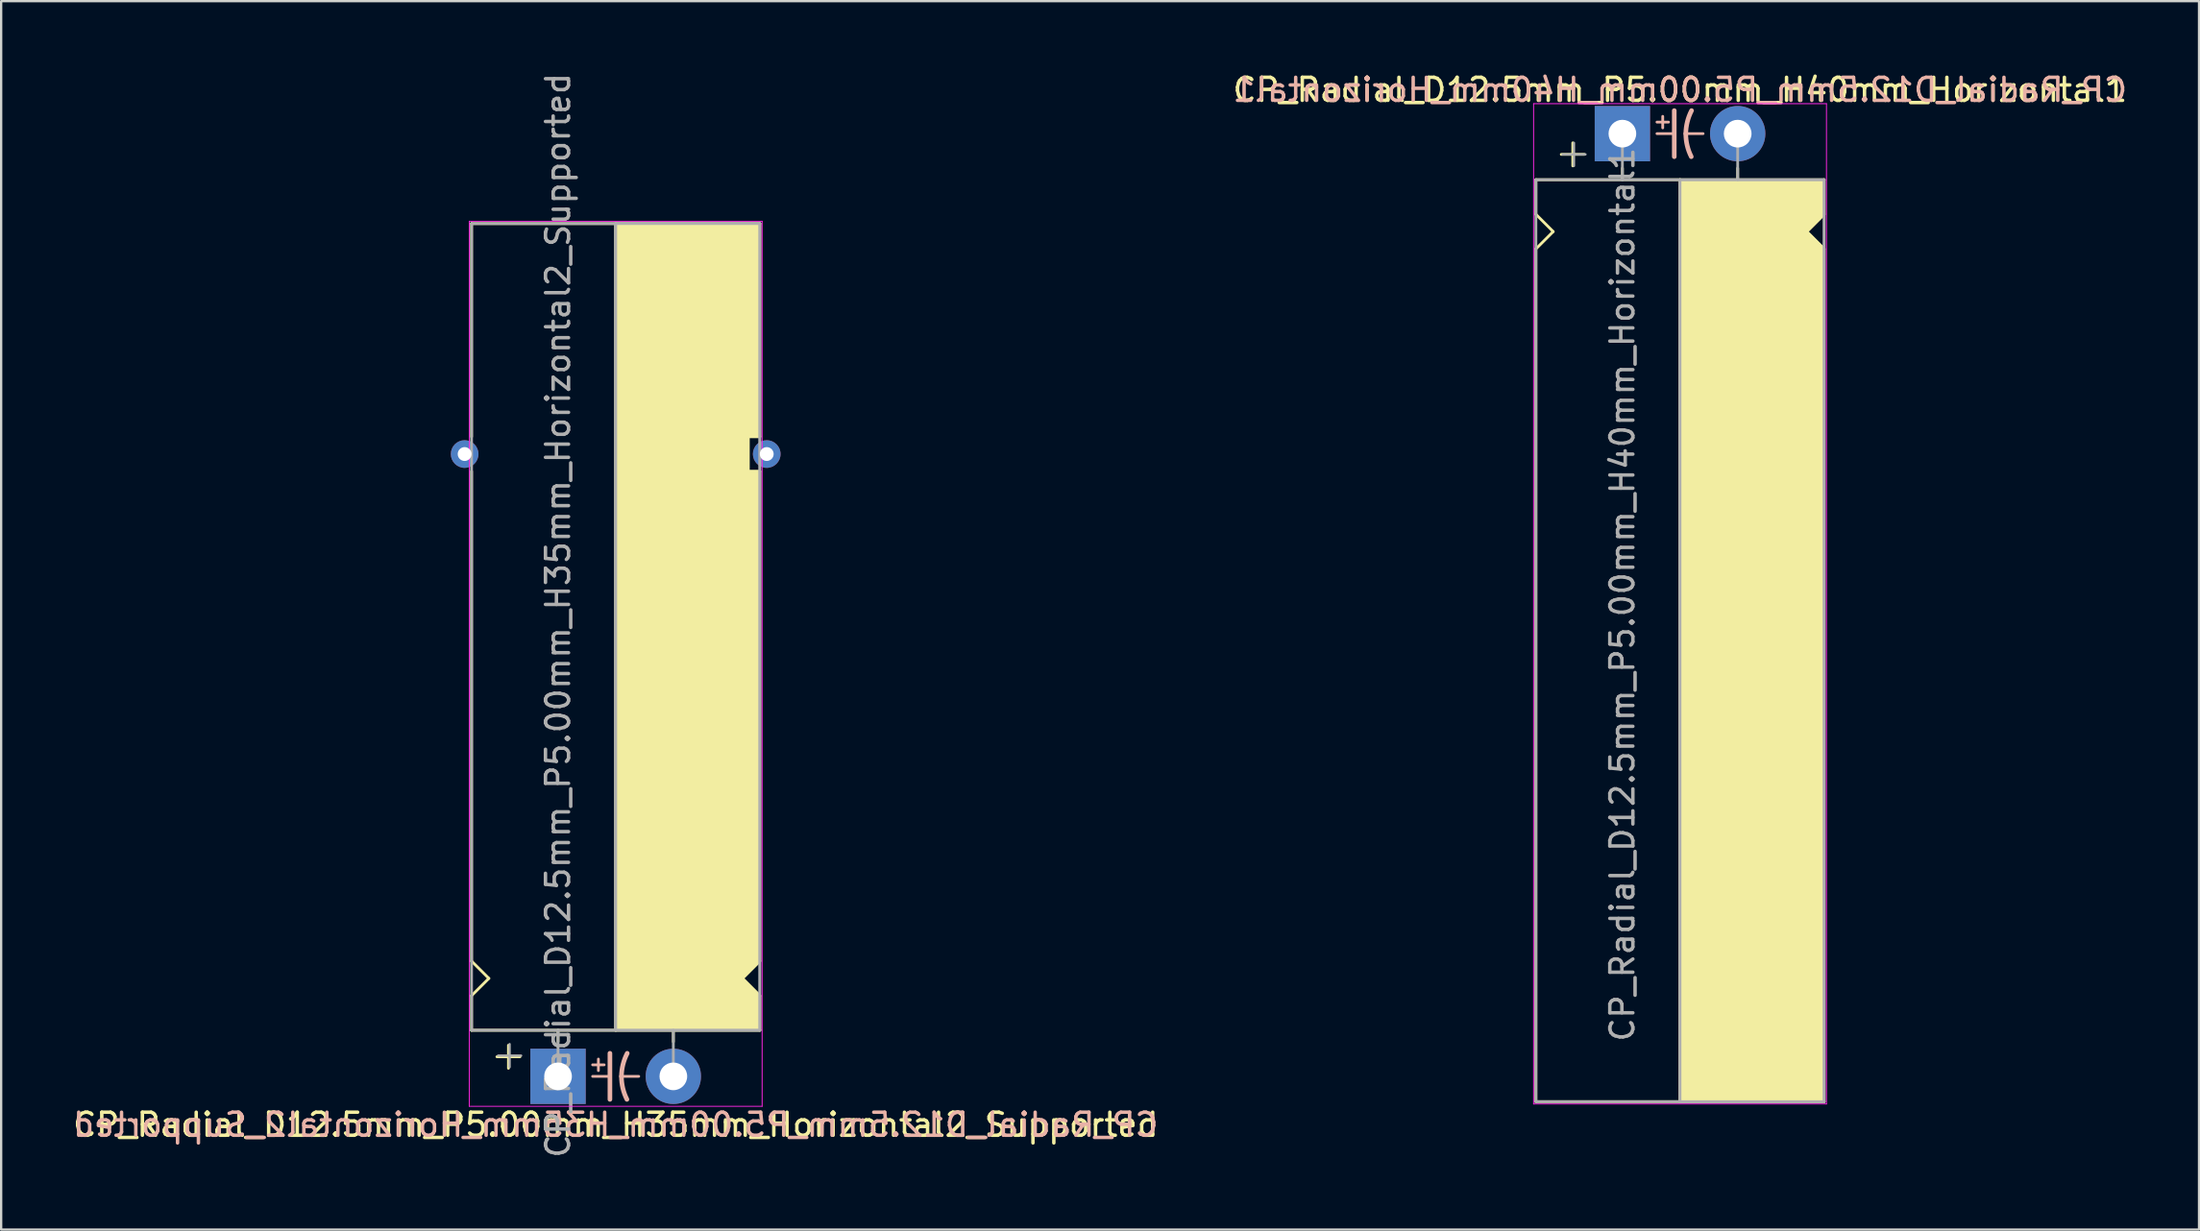
<source format=kicad_pcb>
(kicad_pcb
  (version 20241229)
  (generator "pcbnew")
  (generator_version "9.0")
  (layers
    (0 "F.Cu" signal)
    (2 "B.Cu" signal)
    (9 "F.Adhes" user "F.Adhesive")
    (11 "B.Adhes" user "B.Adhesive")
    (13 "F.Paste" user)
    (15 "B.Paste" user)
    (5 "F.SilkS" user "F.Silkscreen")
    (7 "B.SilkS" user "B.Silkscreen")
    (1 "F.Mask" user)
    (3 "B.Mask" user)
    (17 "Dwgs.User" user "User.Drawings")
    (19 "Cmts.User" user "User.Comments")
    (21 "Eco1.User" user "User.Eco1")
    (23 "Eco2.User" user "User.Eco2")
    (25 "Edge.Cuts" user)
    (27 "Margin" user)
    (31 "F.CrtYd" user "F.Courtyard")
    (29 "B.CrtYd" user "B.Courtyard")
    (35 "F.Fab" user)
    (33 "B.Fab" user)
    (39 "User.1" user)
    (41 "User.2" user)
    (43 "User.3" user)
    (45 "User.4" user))
  (footprint "CP_Radial_D12.5mm_P5.00mm_H35mm_Horizontal2_Supported"
    (layer "F.Cu")
    (at 21.149 43.649)
    (property "Reference" "CP_Radial_D12.5mm_P5.00mm_H35mm_Horizontal2_Supported" (at 2.5 2.1 180) (layer "F.SilkS") (effects (font (size 1 1) (thickness 0.15))))
    (fp_line (start -3.75 -37) (end -3.75 -27.75) (stroke (width 0.12) (type solid)) (layer "F.SilkS"))
    (fp_line (start -3.75 -5) (end -3.75 -26.25) (stroke (width 0.12) (type solid)) (layer "F.SilkS"))
    (fp_line (start -3.75 -3.5) (end -3 -4.25) (stroke (width 0.12) (type solid)) (layer "F.SilkS"))
    (fp_line (start -3.75 -2) (end -3.75 -3.5) (stroke (width 0.12) (type solid)) (layer "F.SilkS"))
    (fp_line (start -3 -4.25) (end -3.75 -5) (stroke (width 0.12) (type solid)) (layer "F.SilkS"))
    (fp_line (start -2.15 -1.35) (end -2.15 -0.35) (stroke (width 0.12) (type solid)) (layer "F.SilkS"))
    (fp_line (start -1.65 -0.85) (end -2.65 -0.85) (stroke (width 0.12) (type solid)) (layer "F.SilkS"))
    (fp_line (start 0 -1.5) (end 0 -2) (stroke (width 0.12) (type solid)) (layer "F.SilkS"))
    (fp_line (start 2.5 -2) (end -3.75 -2) (stroke (width 0.12) (type solid)) (layer "F.SilkS"))
    (fp_line (start 2.5 -2) (end 2.5 -37) (stroke (width 0.12) (type solid)) (layer "F.SilkS"))
    (fp_line (start 2.5 -2) (end 8.75 -2) (stroke (width 0.12) (type solid)) (layer "F.SilkS"))
    (fp_line (start 5 -1.5) (end 5 -2) (stroke (width 0.12) (type solid)) (layer "F.SilkS"))
    (fp_line (start 8 -4.25) (end 8.75 -5) (stroke (width 0.12) (type solid)) (layer "F.SilkS"))
    (fp_line (start 8.25 -27.75) (end 8.25 -26.25) (stroke (width 0.12) (type solid)) (layer "F.SilkS"))
    (fp_line (start 8.25 -26.25) (end 8.75 -26.25) (stroke (width 0.12) (type solid)) (layer "F.SilkS"))
    (fp_line (start 8.75 -37) (end -3.75 -37) (stroke (width 0.12) (type solid)) (layer "F.SilkS"))
    (fp_line (start 8.75 -37) (end 8.75 -27.75) (stroke (width 0.12) (type solid)) (layer "F.SilkS"))
    (fp_line (start 8.75 -27.75) (end 8.25 -27.75) (stroke (width 0.12) (type solid)) (layer "F.SilkS"))
    (fp_line (start 8.75 -5) (end 8.75 -26.25) (stroke (width 0.12) (type solid)) (layer "F.SilkS"))
    (fp_line (start 8.75 -3.5) (end 8 -4.25) (stroke (width 0.12) (type solid)) (layer "F.SilkS"))
    (fp_line (start 8.75 -2) (end 8.75 -3.5) (stroke (width 0.12) (type solid)) (layer "F.SilkS"))
    (fp_poly (pts (xy 8.75 -3.5) (xy 8 -4.25) (xy 8.75 -5) (xy 8.75 -26.25) (xy 8.25 -26.25) (xy 8.25 -27.75) (xy 8.75 -27.75) (xy 8.75 -37) (xy 2.5 -37) (xy 2.5 -2) (xy 8.75 -2)) (stroke (width 0.1) (type solid)) (fill yes) (layer "F.SilkS"))
    (fp_line (start 1.5 -0.5) (end 2 -0.5) (stroke (width 0.12) (type solid)) (layer "B.SilkS"))
    (fp_line (start 1.5 0) (end 2.25 0) (stroke (width 0.12) (type solid)) (layer "B.SilkS"))
    (fp_line (start 1.75 -0.75) (end 1.75 -0.25) (stroke (width 0.12) (type solid)) (layer "B.SilkS"))
    (fp_line (start 2.25 1) (end 2.25 -1) (stroke (width 0.2) (type solid)) (layer "B.SilkS"))
    (fp_line (start 3.5 0) (end 2.75 0) (stroke (width 0.12) (type solid)) (layer "B.SilkS"))
    (fp_arc (start 2.75 0) (mid 2.816707 -0.514573) (end 3 -1) (stroke (width 0.2) (type solid)) (layer "B.SilkS"))
    (fp_arc (start 2.987539 1) (mid 2.810247 0.513901) (end 2.75 0) (stroke (width 0.2) (type solid)) (layer "B.SilkS"))
    (fp_line (start -3.85 -37.1) (end -3.85 1.3) (stroke (width 0.04) (type solid)) (layer "F.CrtYd"))
    (fp_line (start 8.85 -37.1) (end -3.85 -37.1) (stroke (width 0.04) (type solid)) (layer "F.CrtYd"))
    (fp_line (start 8.85 1.3) (end -3.85 1.3) (stroke (width 0.04) (type solid)) (layer "F.CrtYd"))
    (fp_line (start 8.85 1.3) (end 8.85 -37.1) (stroke (width 0.04) (type solid)) (layer "F.CrtYd"))
    (fp_line (start -3.75 -37) (end 8.75 -37) (stroke (width 0.12) (type solid)) (layer "F.Fab"))
    (fp_line (start -3.75 -2) (end -3.75 -37) (stroke (width 0.12) (type solid)) (layer "F.Fab"))
    (fp_line (start -2.6 -0.9) (end -1.6 -0.9) (stroke (width 0.1) (type solid)) (layer "F.Fab"))
    (fp_line (start -2.1 -0.4) (end -2.1 -1.4) (stroke (width 0.1) (type solid)) (layer "F.Fab"))
    (fp_line (start 0 -2) (end -3.75 -2) (stroke (width 0.12) (type solid)) (layer "F.Fab"))
    (fp_line (start 0 0) (end 0 -2) (stroke (width 0.12) (type solid)) (layer "F.Fab"))
    (fp_line (start 2.5 -2) (end 2.5 -37) (stroke (width 0.12) (type solid)) (layer "F.Fab"))
    (fp_line (start 5 -2) (end 5 0) (stroke (width 0.12) (type solid)) (layer "F.Fab"))
    (fp_line (start 8.75 -37) (end 8.75 -2) (stroke (width 0.12) (type solid)) (layer "F.Fab"))
    (fp_line (start 8.75 -2) (end 0 -2) (stroke (width 0.12) (type solid)) (layer "F.Fab"))
    (fp_poly (pts (xy 8.75 -37) (xy 2.5 -37) (xy 2.5 -2) (xy 8.75 -2)) (stroke (width 0.1) (type solid)) (fill no) (layer "F.Fab"))
    (fp_text user "${REFERENCE}" (at 2.5 2.1 0) (layer "B.SilkS") (effects (font (size 1 1) (thickness 0.15)) (justify mirror)))
    (fp_text user "${REFERENCE}" (at 0 -20 90) (layer "F.Fab") (effects (font (size 1 1) (thickness 0.15))))
    (pad "1" thru_hole rect (at 0 0) (size 2.4 2.4) (drill 1.2) (layers "*.Cu" "*.Mask"))
    (pad "2" thru_hole circle (at 5 0) (size 2.4 2.4) (drill 1.2) (layers "*.Cu" "*.Mask"))
    (pad "~" thru_hole circle (at -4.05 -27 180) (size 1.2 1.2) (drill 0.6) (layers "*.Cu" "*.Mask"))
    (pad "~" thru_hole circle (at 9.05 -27 180) (size 1.2 1.2) (drill 0.6) (layers "*.Cu" "*.Mask")))
  (footprint "CP_Radial_D12.5mm_P5.00mm_H40mm_Horizontal1"
    (layer "F.Cu")
    (at 67.304 2.748)
    (property "Reference" "CP_Radial_D12.5mm_P5.00mm_H40mm_Horizontal1" (at 2.5 -1.9 180) (layer "F.SilkS") (effects (font (size 1 1) (thickness 0.15))))
    (fp_line (start -3.75 2) (end -3.75 3.5) (stroke (width 0.12) (type solid)) (layer "F.SilkS"))
    (fp_line (start -3.75 3.5) (end -3 4.25) (stroke (width 0.12) (type solid)) (layer "F.SilkS"))
    (fp_line (start -3.75 5) (end -3.75 42) (stroke (width 0.12) (type solid)) (layer "F.SilkS"))
    (fp_line (start -3 4.25) (end -3.75 5) (stroke (width 0.12) (type solid)) (layer "F.SilkS"))
    (fp_line (start -2.15 0.4) (end -2.15 1.4) (stroke (width 0.12) (type solid)) (layer "F.SilkS"))
    (fp_line (start -1.65 0.9) (end -2.65 0.9) (stroke (width 0.12) (type solid)) (layer "F.SilkS"))
    (fp_line (start 0 1.5) (end 0 2) (stroke (width 0.12) (type solid)) (layer "F.SilkS"))
    (fp_line (start 2.5 2) (end -3.75 2) (stroke (width 0.12) (type solid)) (layer "F.SilkS"))
    (fp_line (start 2.5 2) (end 2.5 42) (stroke (width 0.12) (type solid)) (layer "F.SilkS"))
    (fp_line (start 2.5 2) (end 8.75 2) (stroke (width 0.12) (type solid)) (layer "F.SilkS"))
    (fp_line (start 5 1.5) (end 5 2) (stroke (width 0.12) (type solid)) (layer "F.SilkS"))
    (fp_line (start 8 4.25) (end 8.75 5) (stroke (width 0.12) (type solid)) (layer "F.SilkS"))
    (fp_line (start 8.75 2) (end 8.75 3.5) (stroke (width 0.12) (type solid)) (layer "F.SilkS"))
    (fp_line (start 8.75 3.5) (end 8 4.25) (stroke (width 0.12) (type solid)) (layer "F.SilkS"))
    (fp_line (start 8.75 5) (end 8.75 42) (stroke (width 0.12) (type solid)) (layer "F.SilkS"))
    (fp_line (start 8.75 42) (end -3.75 42) (stroke (width 0.12) (type solid)) (layer "F.SilkS"))
    (fp_poly (pts (xy 8.75 3.5) (xy 8 4.25) (xy 8.75 5) (xy 8.75 42) (xy 2.5 42) (xy 2.5 2) (xy 8.75 2)) (stroke (width 0.1) (type solid)) (fill yes) (layer "F.SilkS"))
    (fp_line (start 1.5 -0.5) (end 2 -0.5) (stroke (width 0.12) (type solid)) (layer "B.SilkS"))
    (fp_line (start 1.5 0) (end 2.25 0) (stroke (width 0.12) (type solid)) (layer "B.SilkS"))
    (fp_line (start 1.75 -0.75) (end 1.75 -0.25) (stroke (width 0.12) (type solid)) (layer "B.SilkS"))
    (fp_line (start 2.25 1) (end 2.25 -1) (stroke (width 0.2) (type solid)) (layer "B.SilkS"))
    (fp_line (start 3.5 0) (end 2.75 0) (stroke (width 0.12) (type solid)) (layer "B.SilkS"))
    (fp_arc (start 2.75 0) (mid 2.816707 -0.514573) (end 3 -1) (stroke (width 0.2) (type solid)) (layer "B.SilkS"))
    (fp_arc (start 2.987539 1) (mid 2.810247 0.513901) (end 2.75 0) (stroke (width 0.2) (type solid)) (layer "B.SilkS"))
    (fp_line (start -3.85 -1.3) (end 8.85 -1.3) (stroke (width 0.04) (type solid)) (layer "F.CrtYd"))
    (fp_line (start -3.85 42.1) (end -3.85 -1.3) (stroke (width 0.04) (type solid)) (layer "F.CrtYd"))
    (fp_line (start 8.85 -1.3) (end 8.85 42.1) (stroke (width 0.04) (type solid)) (layer "F.CrtYd"))
    (fp_line (start 8.85 42.1) (end -3.85 42.1) (stroke (width 0.04) (type solid)) (layer "F.CrtYd"))
    (fp_line (start -3.75 2) (end -3.75 42) (stroke (width 0.12) (type solid)) (layer "F.Fab"))
    (fp_line (start -3.75 42) (end 8.75 42) (stroke (width 0.12) (type solid)) (layer "F.Fab"))
    (fp_line (start -2.6 0.9) (end -1.6 0.9) (stroke (width 0.1) (type solid)) (layer "F.Fab"))
    (fp_line (start -2.1 1.4) (end -2.1 0.4) (stroke (width 0.1) (type solid)) (layer "F.Fab"))
    (fp_line (start 0 0) (end 0 2) (stroke (width 0.12) (type solid)) (layer "F.Fab"))
    (fp_line (start 0 2) (end -3.75 2) (stroke (width 0.12) (type solid)) (layer "F.Fab"))
    (fp_line (start 2.5 2) (end 2.5 42) (stroke (width 0.12) (type solid)) (layer "F.Fab"))
    (fp_line (start 5 2) (end 5 0) (stroke (width 0.12) (type solid)) (layer "F.Fab"))
    (fp_line (start 8.75 2) (end 0 2) (stroke (width 0.12) (type solid)) (layer "F.Fab"))
    (fp_line (start 8.75 42) (end 8.75 2) (stroke (width 0.12) (type solid)) (layer "F.Fab"))
    (fp_poly (pts (xy 8.75 42) (xy 2.5 42) (xy 2.5 2) (xy 8.75 2)) (stroke (width 0.1) (type solid)) (fill no) (layer "F.Fab"))
    (fp_text user "${REFERENCE}" (at 2.5 -1.9 0) (layer "B.SilkS") (effects (font (size 1 1) (thickness 0.15)) (justify mirror)))
    (fp_text user "${REFERENCE}" (at 0 20 90) (layer "F.Fab") (effects (font (size 1 1) (thickness 0.15))))
    (pad "1" thru_hole rect (at 0 0) (size 2.4 2.4) (drill 1.2) (layers "*.Cu" "*.Mask"))
    (pad "2" thru_hole circle (at 5 0) (size 2.4 2.4) (drill 1.2) (layers "*.Cu" "*.Mask")))
  (gr_rect
    (start -3 -3)
    (end 92.31 50.298)
    (stroke (width 0.1) (type default))
    (fill no)
    (layer "Edge.Cuts")))
</source>
